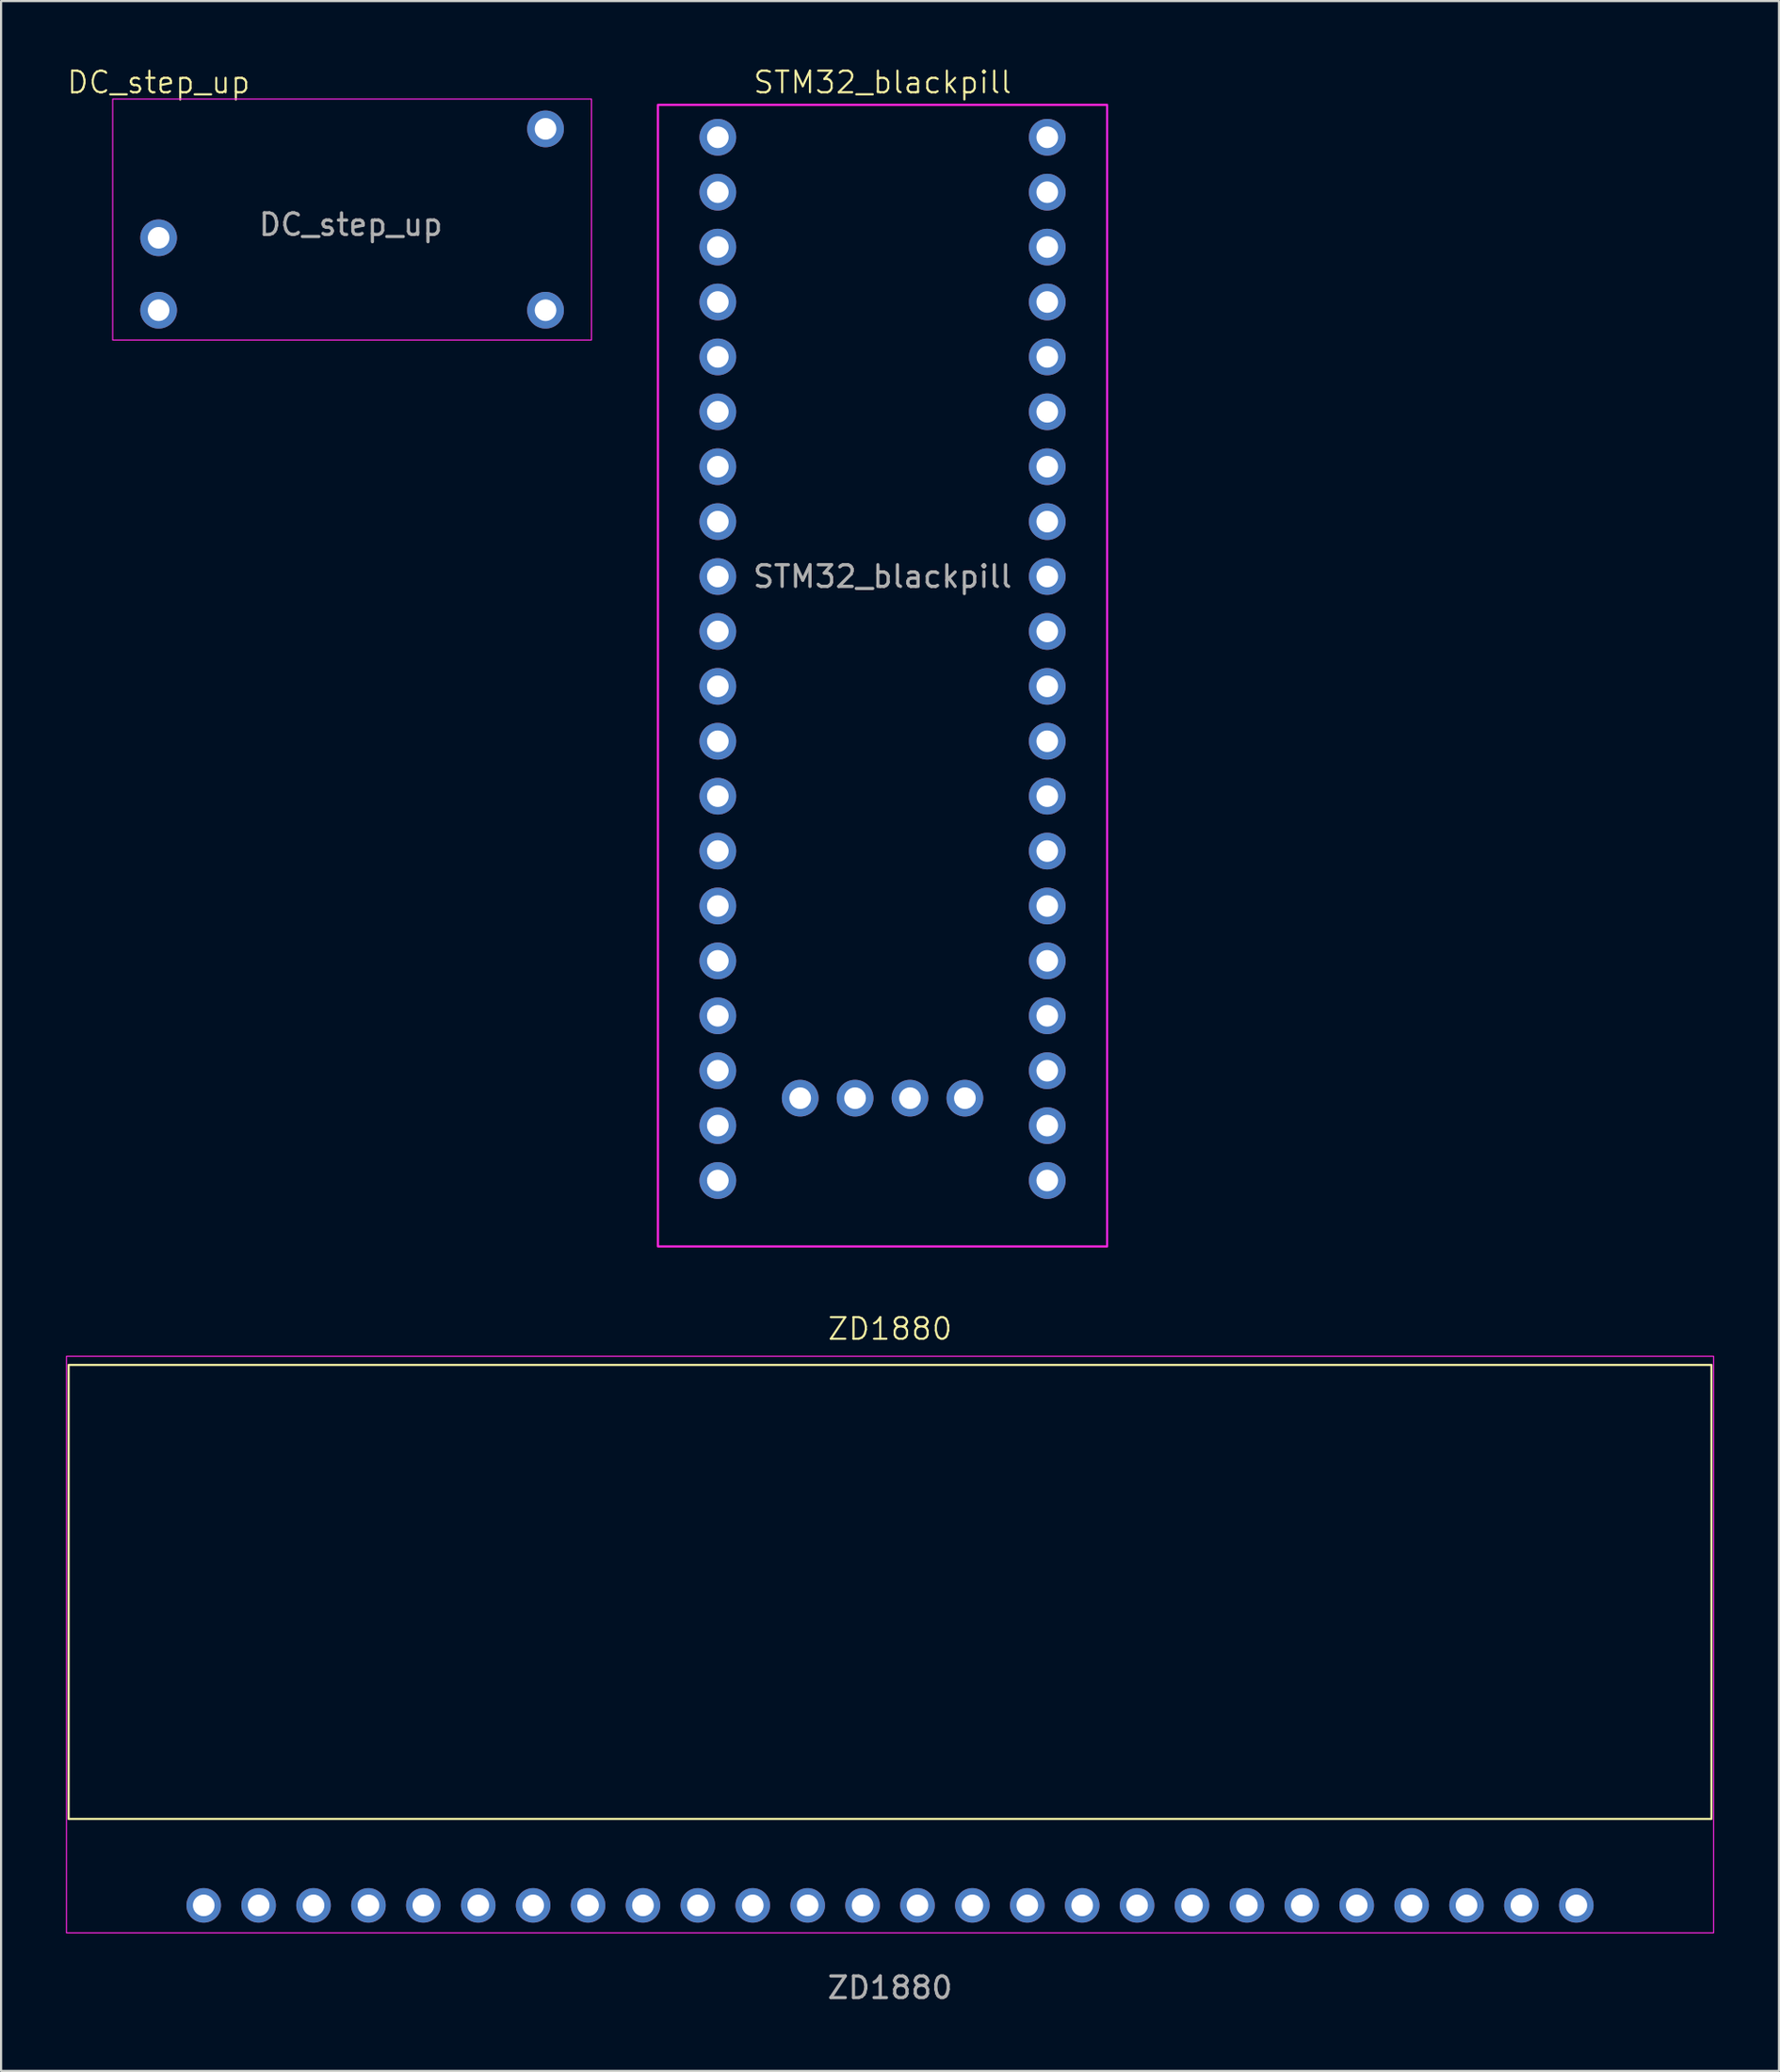
<source format=kicad_pcb>
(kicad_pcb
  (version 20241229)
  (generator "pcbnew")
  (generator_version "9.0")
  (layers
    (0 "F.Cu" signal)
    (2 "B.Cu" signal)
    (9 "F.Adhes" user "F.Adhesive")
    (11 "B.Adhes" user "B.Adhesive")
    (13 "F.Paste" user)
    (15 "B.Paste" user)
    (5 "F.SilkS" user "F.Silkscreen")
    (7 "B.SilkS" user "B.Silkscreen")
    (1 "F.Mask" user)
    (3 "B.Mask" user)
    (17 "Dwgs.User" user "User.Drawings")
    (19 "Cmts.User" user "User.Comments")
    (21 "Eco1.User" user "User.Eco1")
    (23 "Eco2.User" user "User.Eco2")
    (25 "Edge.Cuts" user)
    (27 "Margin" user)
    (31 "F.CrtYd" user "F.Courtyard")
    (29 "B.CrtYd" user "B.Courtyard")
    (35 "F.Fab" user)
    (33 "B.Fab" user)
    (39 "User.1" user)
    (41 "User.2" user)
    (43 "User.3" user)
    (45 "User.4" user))
  (footprint "ZD1880"
    (layer "F.Cu")
    (at 38.125 85.091)
    (property "Reference" "ZD1880" (at 0 -26.67 0) (unlocked yes) (layer "F.SilkS") (effects (font (size 1 1) (thickness 0.1))))
    (attr through_hole)
    (fp_rect (start -38 -25) (end 38 -4) (stroke (width 0.1) (type default)) (fill no) (layer "F.SilkS"))
    (fp_rect (start -38.1 -25.4) (end 38.1 1.27) (stroke (width 0.05) (type default)) (fill no) (layer "F.CrtYd"))
    (fp_text user "${REFERENCE}" (at 0 3.81 0) (unlocked yes) (layer "F.Fab") (effects (font (size 1 1) (thickness 0.15))))
    (pad "1" thru_hole circle (at -31.75 0) (size 1.6 1.6) (drill 1) (layers "*.Cu" "*.Mask"))
    (pad "2" thru_hole circle (at -29.21 0) (size 1.6 1.6) (drill 1) (layers "*.Cu" "*.Mask"))
    (pad "3" thru_hole circle (at -26.67 0) (size 1.6 1.6) (drill 1) (layers "*.Cu" "*.Mask"))
    (pad "4" thru_hole circle (at -24.13 0) (size 1.6 1.6) (drill 1) (layers "*.Cu" "*.Mask"))
    (pad "5" thru_hole circle (at -21.59 0) (size 1.6 1.6) (drill 1) (layers "*.Cu" "*.Mask"))
    (pad "6" thru_hole circle (at -19.05 0) (size 1.6 1.6) (drill 1) (layers "*.Cu" "*.Mask"))
    (pad "7" thru_hole circle (at -16.51 0) (size 1.6 1.6) (drill 1) (layers "*.Cu" "*.Mask"))
    (pad "8" thru_hole circle (at -13.97 0) (size 1.6 1.6) (drill 1) (layers "*.Cu" "*.Mask"))
    (pad "9" thru_hole circle (at -11.43 0) (size 1.6 1.6) (drill 1) (layers "*.Cu" "*.Mask"))
    (pad "10" thru_hole circle (at -8.89 0) (size 1.6 1.6) (drill 1) (layers "*.Cu" "*.Mask"))
    (pad "11" thru_hole circle (at -6.35 0) (size 1.6 1.6) (drill 1) (layers "*.Cu" "*.Mask"))
    (pad "12" thru_hole circle (at -3.81 0) (size 1.6 1.6) (drill 1) (layers "*.Cu" "*.Mask"))
    (pad "13" thru_hole circle (at -1.27 0) (size 1.6 1.6) (drill 1) (layers "*.Cu" "*.Mask"))
    (pad "14" thru_hole circle (at 1.27 0) (size 1.6 1.6) (drill 1) (layers "*.Cu" "*.Mask"))
    (pad "15" thru_hole circle (at 3.81 0) (size 1.6 1.6) (drill 1) (layers "*.Cu" "*.Mask"))
    (pad "16" thru_hole circle (at 6.35 0) (size 1.6 1.6) (drill 1) (layers "*.Cu" "*.Mask"))
    (pad "17" thru_hole circle (at 8.89 0) (size 1.6 1.6) (drill 1) (layers "*.Cu" "*.Mask"))
    (pad "18" thru_hole circle (at 11.43 0) (size 1.6 1.6) (drill 1) (layers "*.Cu" "*.Mask"))
    (pad "19" thru_hole circle (at 13.97 0) (size 1.6 1.6) (drill 1) (layers "*.Cu" "*.Mask"))
    (pad "20" thru_hole circle (at 16.51 0) (size 1.6 1.6) (drill 1) (layers "*.Cu" "*.Mask"))
    (pad "21" thru_hole circle (at 19.05 0) (size 1.6 1.6) (drill 1) (layers "*.Cu" "*.Mask"))
    (pad "22" thru_hole circle (at 21.59 0) (size 1.6 1.6) (drill 1) (layers "*.Cu" "*.Mask"))
    (pad "23" thru_hole circle (at 24.13 0) (size 1.6 1.6) (drill 1) (layers "*.Cu" "*.Mask"))
    (pad "24" thru_hole circle (at 26.67 0) (size 1.6 1.6) (drill 1) (layers "*.Cu" "*.Mask"))
    (pad "25" thru_hole circle (at 29.21 0) (size 1.6 1.6) (drill 1) (layers "*.Cu" "*.Mask"))
    (pad "26" thru_hole circle (at 31.75 0) (size 1.6 1.6) (drill 1) (layers "*.Cu" "*.Mask")))
  (footprint "DC_step_up"
    (layer "F.Cu")
    (at 4.288 10.921)
    (property "Reference" "DC_step_up" (at 0 -10.16 0) (unlocked yes) (layer "F.SilkS") (effects (font (size 1 1) (thickness 0.1))))
    (attr through_hole)
    (fp_rect (start -2.125 -9.39) (end 20.025 1.76) (stroke (width 0.05) (type default)) (fill no) (layer "F.CrtYd"))
    (fp_text user "${REFERENCE}" (at 8.89 -3.58 0) (unlocked yes) (layer "F.Fab") (effects (font (size 1 1) (thickness 0.15))))
    (pad "1" thru_hole circle (at 0 -2.97) (size 1.7 1.7) (drill 1) (layers "*.Cu" "*.Mask"))
    (pad "2" thru_hole circle (at 0 0.38) (size 1.7 1.7) (drill 1) (layers "*.Cu" "*.Mask"))
    (pad "3" thru_hole circle (at 17.9 0.38) (size 1.7 1.7) (drill 1) (layers "*.Cu" "*.Mask"))
    (pad "4" thru_hole circle (at 17.9 -8.01) (size 1.7 1.7) (drill 1) (layers "*.Cu" "*.Mask")))
  (footprint "STM32_blackpill"
    (layer "F.Cu")
    (at 30.158 3.3)
    (property "Reference" "STM32_blackpill" (at 7.62 -2.54 0) (unlocked yes) (layer "F.SilkS") (effects (font (size 1 1) (thickness 0.1))))
    (attr through_hole)
    (fp_rect (start -2.77 -1.5) (end 18.01 51.31) (stroke (width 0.1) (type default)) (fill no) (layer "F.CrtYd"))
    (fp_rect (start 5.08 -1.385) (end 10.16 2.425) (stroke (width 0.1) (type default)) (fill no) (layer "User.1"))
    (fp_text user "${REFERENCE}" (at 7.62 20.32 0) (unlocked yes) (layer "F.Fab") (effects (font (size 1 1) (thickness 0.15))))
    (pad "1" thru_hole circle (at 0 0) (size 1.7 1.7) (drill 1) (layers "*.Cu" "*.Mask"))
    (pad "2" thru_hole circle (at 0 2.54) (size 1.7 1.7) (drill 1) (layers "*.Cu" "*.Mask"))
    (pad "3" thru_hole circle (at 0 5.08) (size 1.7 1.7) (drill 1) (layers "*.Cu" "*.Mask"))
    (pad "4" thru_hole circle (at 0 7.62) (size 1.7 1.7) (drill 1) (layers "*.Cu" "*.Mask"))
    (pad "5" thru_hole circle (at 0 10.16) (size 1.7 1.7) (drill 1) (layers "*.Cu" "*.Mask"))
    (pad "6" thru_hole circle (at 0 12.7) (size 1.7 1.7) (drill 1) (layers "*.Cu" "*.Mask"))
    (pad "7" thru_hole circle (at 0 15.24) (size 1.7 1.7) (drill 1) (layers "*.Cu" "*.Mask"))
    (pad "8" thru_hole circle (at 0 17.78) (size 1.7 1.7) (drill 1) (layers "*.Cu" "*.Mask"))
    (pad "9" thru_hole circle (at 0 20.32) (size 1.7 1.7) (drill 1) (layers "*.Cu" "*.Mask"))
    (pad "10" thru_hole circle (at 0 22.86) (size 1.7 1.7) (drill 1) (layers "*.Cu" "*.Mask"))
    (pad "11" thru_hole circle (at 0 25.4) (size 1.7 1.7) (drill 1) (layers "*.Cu" "*.Mask"))
    (pad "12" thru_hole circle (at 0 27.94) (size 1.7 1.7) (drill 1) (layers "*.Cu" "*.Mask"))
    (pad "13" thru_hole circle (at 0 30.48) (size 1.7 1.7) (drill 1) (layers "*.Cu" "*.Mask"))
    (pad "14" thru_hole circle (at 0 33.02) (size 1.7 1.7) (drill 1) (layers "*.Cu" "*.Mask"))
    (pad "15" thru_hole circle (at 0 35.56) (size 1.7 1.7) (drill 1) (layers "*.Cu" "*.Mask"))
    (pad "16" thru_hole circle (at 0 38.1) (size 1.7 1.7) (drill 1) (layers "*.Cu" "*.Mask"))
    (pad "17" thru_hole circle (at 0 40.64) (size 1.7 1.7) (drill 1) (layers "*.Cu" "*.Mask"))
    (pad "18" thru_hole circle (at 0 43.18) (size 1.7 1.7) (drill 1) (layers "*.Cu" "*.Mask"))
    (pad "19" thru_hole circle (at 0 45.72) (size 1.7 1.7) (drill 1) (layers "*.Cu" "*.Mask"))
    (pad "20" thru_hole circle (at 0 48.26) (size 1.7 1.7) (drill 1) (layers "*.Cu" "*.Mask"))
    (pad "21" thru_hole circle (at 15.24 48.26) (size 1.7 1.7) (drill 1) (layers "*.Cu" "*.Mask"))
    (pad "22" thru_hole circle (at 15.24 45.72) (size 1.7 1.7) (drill 1) (layers "*.Cu" "*.Mask"))
    (pad "23" thru_hole circle (at 15.24 43.18) (size 1.7 1.7) (drill 1) (layers "*.Cu" "*.Mask"))
    (pad "24" thru_hole circle (at 15.24 40.64) (size 1.7 1.7) (drill 1) (layers "*.Cu" "*.Mask"))
    (pad "25" thru_hole circle (at 15.24 38.1) (size 1.7 1.7) (drill 1) (layers "*.Cu" "*.Mask"))
    (pad "26" thru_hole circle (at 15.24 35.56) (size 1.7 1.7) (drill 1) (layers "*.Cu" "*.Mask"))
    (pad "27" thru_hole circle (at 15.24 33.02) (size 1.7 1.7) (drill 1) (layers "*.Cu" "*.Mask"))
    (pad "28" thru_hole circle (at 15.24 30.48) (size 1.7 1.7) (drill 1) (layers "*.Cu" "*.Mask"))
    (pad "29" thru_hole circle (at 15.24 27.94) (size 1.7 1.7) (drill 1) (layers "*.Cu" "*.Mask"))
    (pad "30" thru_hole circle (at 15.24 25.4) (size 1.7 1.7) (drill 1) (layers "*.Cu" "*.Mask"))
    (pad "31" thru_hole circle (at 15.24 22.86) (size 1.7 1.7) (drill 1) (layers "*.Cu" "*.Mask"))
    (pad "32" thru_hole circle (at 15.24 20.32) (size 1.7 1.7) (drill 1) (layers "*.Cu" "*.Mask"))
    (pad "33" thru_hole circle (at 15.24 17.78) (size 1.7 1.7) (drill 1) (layers "*.Cu" "*.Mask"))
    (pad "34" thru_hole circle (at 15.24 15.24) (size 1.7 1.7) (drill 1) (layers "*.Cu" "*.Mask"))
    (pad "35" thru_hole circle (at 15.24 12.7) (size 1.7 1.7) (drill 1) (layers "*.Cu" "*.Mask"))
    (pad "36" thru_hole circle (at 15.24 10.16) (size 1.7 1.7) (drill 1) (layers "*.Cu" "*.Mask"))
    (pad "37" thru_hole circle (at 15.24 7.62) (size 1.7 1.7) (drill 1) (layers "*.Cu" "*.Mask"))
    (pad "38" thru_hole circle (at 15.24 5.08) (size 1.7 1.7) (drill 1) (layers "*.Cu" "*.Mask"))
    (pad "39" thru_hole circle (at 15.24 2.54) (size 1.7 1.7) (drill 1) (layers "*.Cu" "*.Mask"))
    (pad "40" thru_hole circle (at 15.24 0) (size 1.7 1.7) (drill 1) (layers "*.Cu" "*.Mask"))
    (pad "41" thru_hole circle (at 3.81 44.45) (size 1.7 1.7) (drill 1) (layers "*.Cu" "*.Mask"))
    (pad "42" thru_hole circle (at 6.35 44.45) (size 1.7 1.7) (drill 1) (layers "*.Cu" "*.Mask"))
    (pad "43" thru_hole circle (at 8.89 44.45) (size 1.7 1.7) (drill 1) (layers "*.Cu" "*.Mask"))
    (pad "44" thru_hole circle (at 11.43 44.45) (size 1.7 1.7) (drill 1) (layers "*.Cu" "*.Mask")))
  (gr_rect
    (start -3 -3)
    (end 79.25 92.749)
    (stroke (width 0.1) (type default))
    (fill no)
    (layer "Edge.Cuts")))
</source>
